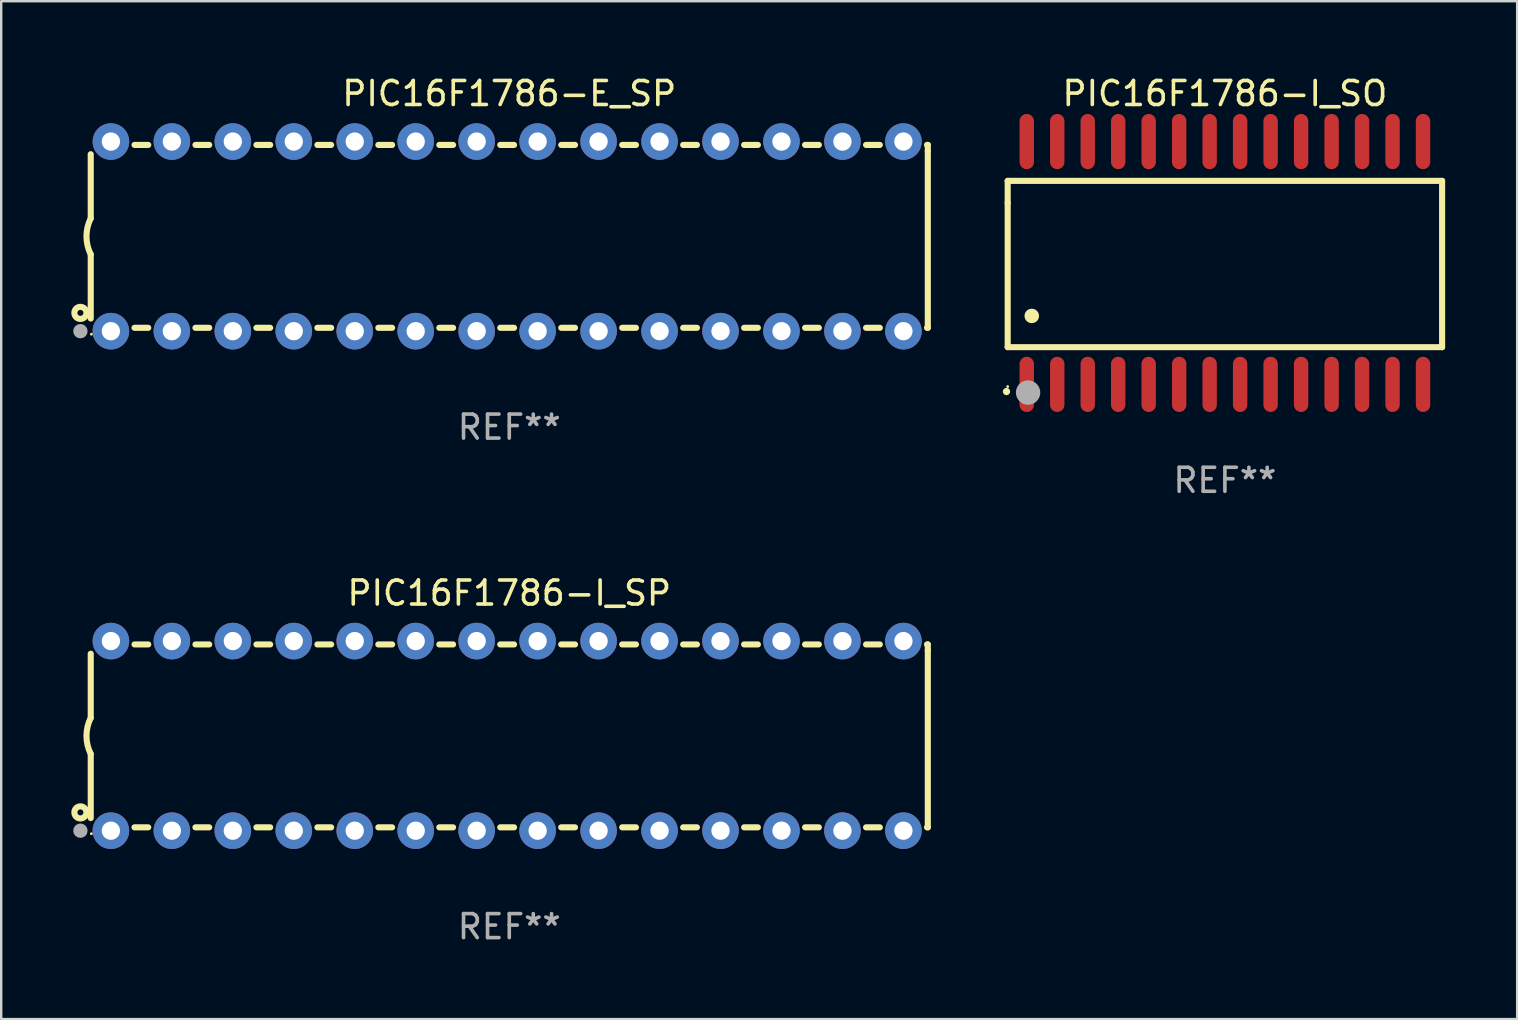
<source format=kicad_pcb>
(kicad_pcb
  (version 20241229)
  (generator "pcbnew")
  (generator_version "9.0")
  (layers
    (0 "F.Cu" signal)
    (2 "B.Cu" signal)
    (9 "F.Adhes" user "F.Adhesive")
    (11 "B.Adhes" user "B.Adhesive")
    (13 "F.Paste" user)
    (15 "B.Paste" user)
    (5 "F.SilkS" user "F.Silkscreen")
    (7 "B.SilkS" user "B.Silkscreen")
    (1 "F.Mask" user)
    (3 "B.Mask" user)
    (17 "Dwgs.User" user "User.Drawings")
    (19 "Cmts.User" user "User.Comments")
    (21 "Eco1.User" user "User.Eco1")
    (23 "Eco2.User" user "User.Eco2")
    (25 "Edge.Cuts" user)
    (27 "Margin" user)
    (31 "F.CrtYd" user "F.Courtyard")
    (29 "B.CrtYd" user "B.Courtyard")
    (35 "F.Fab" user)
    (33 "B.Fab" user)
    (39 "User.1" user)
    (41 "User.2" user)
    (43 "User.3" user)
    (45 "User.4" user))
  (footprint "PIC16F1786-I_SO"
    (layer "F.Cu")
    (at 47.984 7.906)
    (property "Reference" "PIC16F1786-I_SO" (at 0 -7.058 0) (layer "F.SilkS") (effects (font (size 1 1) (thickness 0.15))))
    (attr through_hole)
    (fp_line (start -9.05 -3.42) (end 9.05 -3.42) (stroke (width 0.254) (type solid)) (layer "F.SilkS"))
    (fp_line (start -9.05 -2.492) (end -9.05 -3.42) (stroke (width 0.254) (type solid)) (layer "F.SilkS"))
    (fp_line (start -9.05 3.508) (end -9.05 -2.492) (stroke (width 0.254) (type solid)) (layer "F.SilkS"))
    (fp_line (start 9.05 -3.42) (end 9.05 3.508) (stroke (width 0.254) (type solid)) (layer "F.SilkS"))
    (fp_line (start 9.05 3.508) (end -9.05 3.508) (stroke (width 0.254) (type solid)) (layer "F.SilkS"))
    (fp_arc (start -9.100838 5.35649) (mid -9.099568 5.356485) (end -9.098298 5.35649) (stroke (width 0.3) (type solid)) (layer "F.SilkS"))
    (fp_arc (start -8.049276 2.206883) (mid -8.046736 2.206872) (end -8.044196 2.206883) (stroke (width 0.6) (type solid)) (layer "F.SilkS"))
    (fp_circle (center -9.05 5.15) (end -9.02 5.15) (stroke (width 0.06) (type solid)) (fill no) (layer "F.SilkS"))
    (fp_circle (center -8.2 5.4) (end -7.946 5.4) (stroke (width 0.508) (type solid)) (fill no) (layer "F.Fab"))
    (fp_text user "REF**" (at 0 9.058 0) (layer "F.Fab") (effects (font (size 1 1) (thickness 0.15))))
    (pad "1" smd oval (at -8.255 5.058 180) (size 0.6 2.3) (layers "F.Cu" "F.Mask" "F.Paste"))
    (pad "2" smd oval (at -6.985 5.058 180) (size 0.6 2.3) (layers "F.Cu" "F.Mask" "F.Paste"))
    (pad "3" smd oval (at -5.715 5.058 180) (size 0.6 2.3) (layers "F.Cu" "F.Mask" "F.Paste"))
    (pad "4" smd oval (at -4.445 5.058 180) (size 0.6 2.3) (layers "F.Cu" "F.Mask" "F.Paste"))
    (pad "5" smd oval (at -3.175 5.058 180) (size 0.6 2.3) (layers "F.Cu" "F.Mask" "F.Paste"))
    (pad "6" smd oval (at -1.905 5.058 180) (size 0.6 2.3) (layers "F.Cu" "F.Mask" "F.Paste"))
    (pad "7" smd oval (at -0.635 5.058 180) (size 0.6 2.3) (layers "F.Cu" "F.Mask" "F.Paste"))
    (pad "8" smd oval (at 0.635 5.058 180) (size 0.6 2.3) (layers "F.Cu" "F.Mask" "F.Paste"))
    (pad "9" smd oval (at 1.905 5.058 180) (size 0.6 2.3) (layers "F.Cu" "F.Mask" "F.Paste"))
    (pad "10" smd oval (at 3.175 5.058 180) (size 0.6 2.3) (layers "F.Cu" "F.Mask" "F.Paste"))
    (pad "11" smd oval (at 4.445 5.058 180) (size 0.6 2.3) (layers "F.Cu" "F.Mask" "F.Paste"))
    (pad "12" smd oval (at 5.715 5.058 180) (size 0.6 2.3) (layers "F.Cu" "F.Mask" "F.Paste"))
    (pad "13" smd oval (at 6.985 5.058 180) (size 0.6 2.3) (layers "F.Cu" "F.Mask" "F.Paste"))
    (pad "14" smd oval (at 8.255 5.058 180) (size 0.6 2.3) (layers "F.Cu" "F.Mask" "F.Paste"))
    (pad "15" smd oval (at 8.255 -5.058 180) (size 0.6 2.3) (layers "F.Cu" "F.Mask" "F.Paste"))
    (pad "16" smd oval (at 6.985 -5.058 180) (size 0.6 2.3) (layers "F.Cu" "F.Mask" "F.Paste"))
    (pad "17" smd oval (at 5.715 -5.058 180) (size 0.6 2.3) (layers "F.Cu" "F.Mask" "F.Paste"))
    (pad "18" smd oval (at 4.445 -5.058 180) (size 0.6 2.3) (layers "F.Cu" "F.Mask" "F.Paste"))
    (pad "19" smd oval (at 3.175 -5.058 180) (size 0.6 2.3) (layers "F.Cu" "F.Mask" "F.Paste"))
    (pad "20" smd oval (at 1.905 -5.058 180) (size 0.6 2.3) (layers "F.Cu" "F.Mask" "F.Paste"))
    (pad "21" smd oval (at 0.635 -5.058 180) (size 0.6 2.3) (layers "F.Cu" "F.Mask" "F.Paste"))
    (pad "22" smd oval (at -0.635 -5.058 180) (size 0.6 2.3) (layers "F.Cu" "F.Mask" "F.Paste"))
    (pad "23" smd oval (at -1.905 -5.058 180) (size 0.6 2.3) (layers "F.Cu" "F.Mask" "F.Paste"))
    (pad "24" smd oval (at -3.175 -5.058 180) (size 0.6 2.3) (layers "F.Cu" "F.Mask" "F.Paste"))
    (pad "25" smd oval (at -4.445 -5.058 180) (size 0.6 2.3) (layers "F.Cu" "F.Mask" "F.Paste"))
    (pad "26" smd oval (at -5.715 -5.058 180) (size 0.6 2.3) (layers "F.Cu" "F.Mask" "F.Paste"))
    (pad "27" smd oval (at -6.985 -5.058 180) (size 0.6 2.3) (layers "F.Cu" "F.Mask" "F.Paste"))
    (pad "28" smd oval (at -8.255 -5.058 180) (size 0.6 2.3) (layers "F.Cu" "F.Mask" "F.Paste")))
  (footprint "PIC16F1786-E_SP"
    (layer "F.Cu")
    (at 18.168 6.798)
    (property "Reference" "PIC16F1786-E_SP" (at 0 -5.95 0) (layer "F.SilkS") (effects (font (size 1 1) (thickness 0.15))))
    (attr through_hole)
    (fp_line (start -17.438 0.75) (end -17.438 3.423) (stroke (width 0.254) (type solid)) (layer "F.SilkS"))
    (fp_line (start -17.438 -3.423) (end -17.438 -0.75) (stroke (width 0.254) (type solid)) (layer "F.SilkS"))
    (fp_line (start -15.615 3.81) (end -15.041 3.81) (stroke (width 0.254) (type solid)) (layer "F.SilkS"))
    (fp_line (start -15.041 -3.81) (end -15.614 -3.81) (stroke (width 0.254) (type solid)) (layer "F.SilkS"))
    (fp_line (start -13.075 3.81) (end -12.501 3.81) (stroke (width 0.254) (type solid)) (layer "F.SilkS"))
    (fp_line (start -12.501 -3.81) (end -13.074 -3.81) (stroke (width 0.254) (type solid)) (layer "F.SilkS"))
    (fp_line (start -10.535 3.81) (end -9.961 3.81) (stroke (width 0.254) (type solid)) (layer "F.SilkS"))
    (fp_line (start -9.961 -3.81) (end -10.534 -3.81) (stroke (width 0.254) (type solid)) (layer "F.SilkS"))
    (fp_line (start -7.995 3.81) (end -7.421 3.81) (stroke (width 0.254) (type solid)) (layer "F.SilkS"))
    (fp_line (start -7.421 -3.81) (end -7.995 -3.81) (stroke (width 0.254) (type solid)) (layer "F.SilkS"))
    (fp_line (start -5.455 3.81) (end -4.881 3.81) (stroke (width 0.254) (type solid)) (layer "F.SilkS"))
    (fp_line (start -4.881 -3.81) (end -5.455 -3.81) (stroke (width 0.254) (type solid)) (layer "F.SilkS"))
    (fp_line (start -2.915 3.81) (end -2.341 3.81) (stroke (width 0.254) (type solid)) (layer "F.SilkS"))
    (fp_line (start -2.341 -3.81) (end -2.915 -3.81) (stroke (width 0.254) (type solid)) (layer "F.SilkS"))
    (fp_line (start -0.375 3.81) (end 0.199 3.81) (stroke (width 0.254) (type solid)) (layer "F.SilkS"))
    (fp_line (start 0.199 -3.81) (end -0.375 -3.81) (stroke (width 0.254) (type solid)) (layer "F.SilkS"))
    (fp_line (start 2.165 3.81) (end 2.739 3.81) (stroke (width 0.254) (type solid)) (layer "F.SilkS"))
    (fp_line (start 2.739 -3.81) (end 2.165 -3.81) (stroke (width 0.254) (type solid)) (layer "F.SilkS"))
    (fp_line (start 4.705 3.81) (end 5.279 3.81) (stroke (width 0.254) (type solid)) (layer "F.SilkS"))
    (fp_line (start 5.279 -3.81) (end 4.705 -3.81) (stroke (width 0.254) (type solid)) (layer "F.SilkS"))
    (fp_line (start 7.245 3.81) (end 7.819 3.81) (stroke (width 0.254) (type solid)) (layer "F.SilkS"))
    (fp_line (start 7.819 -3.81) (end 7.245 -3.81) (stroke (width 0.254) (type solid)) (layer "F.SilkS"))
    (fp_line (start 9.785 3.81) (end 10.359 3.81) (stroke (width 0.254) (type solid)) (layer "F.SilkS"))
    (fp_line (start 10.359 -3.81) (end 9.785 -3.81) (stroke (width 0.254) (type solid)) (layer "F.SilkS"))
    (fp_line (start 12.325 3.81) (end 12.899 3.81) (stroke (width 0.254) (type solid)) (layer "F.SilkS"))
    (fp_line (start 12.899 -3.81) (end 12.325 -3.81) (stroke (width 0.254) (type solid)) (layer "F.SilkS"))
    (fp_line (start 14.865 3.81) (end 15.439 3.81) (stroke (width 0.254) (type solid)) (layer "F.SilkS"))
    (fp_line (start 15.439 -3.81) (end 14.865 -3.81) (stroke (width 0.254) (type solid)) (layer "F.SilkS"))
    (fp_line (start 17.405 3.81) (end 17.438 3.81) (stroke (width 0.254) (type solid)) (layer "F.SilkS"))
    (fp_line (start 17.438 -3.81) (end 17.405 -3.81) (stroke (width 0.254) (type solid)) (layer "F.SilkS"))
    (fp_line (start 17.438 -3.556) (end 17.438 -3.81) (stroke (width 0.254) (type solid)) (layer "F.SilkS"))
    (fp_line (start 17.438 3.81) (end 17.438 -3.556) (stroke (width 0.254) (type solid)) (layer "F.SilkS"))
    (fp_arc (start -17.437986 0.749657) (mid -17.614887 -0.000024) (end -17.437783 -0.749657) (stroke (width 0.254001) (type solid)) (layer "F.SilkS"))
    (fp_circle (center -17.868 3.188) (end -17.743 3.188) (stroke (width 0.254) (type solid)) (fill no) (layer "F.SilkS"))
    (fp_circle (center -17.411 4.077) (end -17.381 4.077) (stroke (width 0.06) (type solid)) (fill no) (layer "F.SilkS"))
    (fp_circle (center -17.868 3.95) (end -17.718 3.95) (stroke (width 0.3) (type solid)) (fill no) (layer "F.Fab"))
    (fp_text user "REF**" (at 0 7.95 0) (layer "F.Fab") (effects (font (size 1 1) (thickness 0.15))))
    (pad "1" thru_hole circle (at -16.598 3.95) (size 1.524 1.524) (drill 0.762) (layers "*.Cu" "*.Mask"))
    (pad "2" thru_hole circle (at -14.058 3.95) (size 1.524 1.524) (drill 0.762) (layers "*.Cu" "*.Mask"))
    (pad "3" thru_hole circle (at -11.518 3.95) (size 1.524 1.524) (drill 0.762) (layers "*.Cu" "*.Mask"))
    (pad "4" thru_hole circle (at -8.978 3.95) (size 1.524 1.524) (drill 0.762) (layers "*.Cu" "*.Mask"))
    (pad "5" thru_hole circle (at -6.438 3.95) (size 1.524 1.524) (drill 0.762) (layers "*.Cu" "*.Mask"))
    (pad "6" thru_hole circle (at -3.898 3.95) (size 1.524 1.524) (drill 0.762) (layers "*.Cu" "*.Mask"))
    (pad "7" thru_hole circle (at -1.358 3.95) (size 1.524 1.524) (drill 0.762) (layers "*.Cu" "*.Mask"))
    (pad "8" thru_hole circle (at 1.182 3.95) (size 1.524 1.524) (drill 0.762) (layers "*.Cu" "*.Mask"))
    (pad "9" thru_hole circle (at 3.722 3.95) (size 1.524 1.524) (drill 0.762) (layers "*.Cu" "*.Mask"))
    (pad "10" thru_hole circle (at 6.262 3.95) (size 1.524 1.524) (drill 0.762) (layers "*.Cu" "*.Mask"))
    (pad "11" thru_hole circle (at 8.802 3.95) (size 1.524 1.524) (drill 0.762) (layers "*.Cu" "*.Mask"))
    (pad "12" thru_hole circle (at 11.342 3.95) (size 1.524 1.524) (drill 0.762) (layers "*.Cu" "*.Mask"))
    (pad "13" thru_hole circle (at 13.882 3.95) (size 1.524 1.524) (drill 0.762) (layers "*.Cu" "*.Mask"))
    (pad "14" thru_hole circle (at 16.422 3.95) (size 1.524 1.524) (drill 0.762) (layers "*.Cu" "*.Mask"))
    (pad "15" thru_hole circle (at 16.422 -3.95) (size 1.524 1.524) (drill 0.762) (layers "*.Cu" "*.Mask"))
    (pad "16" thru_hole circle (at 13.882 -3.95) (size 1.524 1.524) (drill 0.762) (layers "*.Cu" "*.Mask"))
    (pad "17" thru_hole circle (at 11.342 -3.95) (size 1.524 1.524) (drill 0.762) (layers "*.Cu" "*.Mask"))
    (pad "18" thru_hole circle (at 8.802 -3.95) (size 1.524 1.524) (drill 0.762) (layers "*.Cu" "*.Mask"))
    (pad "19" thru_hole circle (at 6.262 -3.95) (size 1.524 1.524) (drill 0.762) (layers "*.Cu" "*.Mask"))
    (pad "20" thru_hole circle (at 3.722 -3.95) (size 1.524 1.524) (drill 0.762) (layers "*.Cu" "*.Mask"))
    (pad "21" thru_hole circle (at 1.182 -3.95) (size 1.524 1.524) (drill 0.762) (layers "*.Cu" "*.Mask"))
    (pad "22" thru_hole circle (at -1.358 -3.95) (size 1.524 1.524) (drill 0.762) (layers "*.Cu" "*.Mask"))
    (pad "23" thru_hole circle (at -3.898 -3.95) (size 1.524 1.524) (drill 0.762) (layers "*.Cu" "*.Mask"))
    (pad "24" thru_hole circle (at -6.438 -3.95) (size 1.524 1.524) (drill 0.762) (layers "*.Cu" "*.Mask"))
    (pad "25" thru_hole circle (at -8.978 -3.95) (size 1.524 1.524) (drill 0.762) (layers "*.Cu" "*.Mask"))
    (pad "26" thru_hole circle (at -11.517 -3.95) (size 1.524 1.524) (drill 0.762) (layers "*.Cu" "*.Mask"))
    (pad "27" thru_hole circle (at -14.057 -3.95) (size 1.524 1.524) (drill 0.762) (layers "*.Cu" "*.Mask"))
    (pad "28" thru_hole circle (at -16.597 -3.95) (size 1.524 1.524) (drill 0.762) (layers "*.Cu" "*.Mask")))
  (footprint "PIC16F1786-I_SP"
    (layer "F.Cu")
    (at 18.168 27.61)
    (property "Reference" "PIC16F1786-I_SP" (at 0 -5.95 0) (layer "F.SilkS") (effects (font (size 1 1) (thickness 0.15))))
    (attr through_hole)
    (fp_line (start -17.438 0.75) (end -17.438 3.423) (stroke (width 0.254) (type solid)) (layer "F.SilkS"))
    (fp_line (start -17.438 -3.423) (end -17.438 -0.75) (stroke (width 0.254) (type solid)) (layer "F.SilkS"))
    (fp_line (start -15.615 3.81) (end -15.041 3.81) (stroke (width 0.254) (type solid)) (layer "F.SilkS"))
    (fp_line (start -15.041 -3.81) (end -15.614 -3.81) (stroke (width 0.254) (type solid)) (layer "F.SilkS"))
    (fp_line (start -13.075 3.81) (end -12.501 3.81) (stroke (width 0.254) (type solid)) (layer "F.SilkS"))
    (fp_line (start -12.501 -3.81) (end -13.074 -3.81) (stroke (width 0.254) (type solid)) (layer "F.SilkS"))
    (fp_line (start -10.535 3.81) (end -9.961 3.81) (stroke (width 0.254) (type solid)) (layer "F.SilkS"))
    (fp_line (start -9.961 -3.81) (end -10.534 -3.81) (stroke (width 0.254) (type solid)) (layer "F.SilkS"))
    (fp_line (start -7.995 3.81) (end -7.421 3.81) (stroke (width 0.254) (type solid)) (layer "F.SilkS"))
    (fp_line (start -7.421 -3.81) (end -7.995 -3.81) (stroke (width 0.254) (type solid)) (layer "F.SilkS"))
    (fp_line (start -5.455 3.81) (end -4.881 3.81) (stroke (width 0.254) (type solid)) (layer "F.SilkS"))
    (fp_line (start -4.881 -3.81) (end -5.455 -3.81) (stroke (width 0.254) (type solid)) (layer "F.SilkS"))
    (fp_line (start -2.915 3.81) (end -2.341 3.81) (stroke (width 0.254) (type solid)) (layer "F.SilkS"))
    (fp_line (start -2.341 -3.81) (end -2.915 -3.81) (stroke (width 0.254) (type solid)) (layer "F.SilkS"))
    (fp_line (start -0.375 3.81) (end 0.199 3.81) (stroke (width 0.254) (type solid)) (layer "F.SilkS"))
    (fp_line (start 0.199 -3.81) (end -0.375 -3.81) (stroke (width 0.254) (type solid)) (layer "F.SilkS"))
    (fp_line (start 2.165 3.81) (end 2.739 3.81) (stroke (width 0.254) (type solid)) (layer "F.SilkS"))
    (fp_line (start 2.739 -3.81) (end 2.165 -3.81) (stroke (width 0.254) (type solid)) (layer "F.SilkS"))
    (fp_line (start 4.705 3.81) (end 5.279 3.81) (stroke (width 0.254) (type solid)) (layer "F.SilkS"))
    (fp_line (start 5.279 -3.81) (end 4.705 -3.81) (stroke (width 0.254) (type solid)) (layer "F.SilkS"))
    (fp_line (start 7.245 3.81) (end 7.819 3.81) (stroke (width 0.254) (type solid)) (layer "F.SilkS"))
    (fp_line (start 7.819 -3.81) (end 7.245 -3.81) (stroke (width 0.254) (type solid)) (layer "F.SilkS"))
    (fp_line (start 9.785 3.81) (end 10.359 3.81) (stroke (width 0.254) (type solid)) (layer "F.SilkS"))
    (fp_line (start 10.359 -3.81) (end 9.785 -3.81) (stroke (width 0.254) (type solid)) (layer "F.SilkS"))
    (fp_line (start 12.325 3.81) (end 12.899 3.81) (stroke (width 0.254) (type solid)) (layer "F.SilkS"))
    (fp_line (start 12.899 -3.81) (end 12.325 -3.81) (stroke (width 0.254) (type solid)) (layer "F.SilkS"))
    (fp_line (start 14.865 3.81) (end 15.439 3.81) (stroke (width 0.254) (type solid)) (layer "F.SilkS"))
    (fp_line (start 15.439 -3.81) (end 14.865 -3.81) (stroke (width 0.254) (type solid)) (layer "F.SilkS"))
    (fp_line (start 17.405 3.81) (end 17.438 3.81) (stroke (width 0.254) (type solid)) (layer "F.SilkS"))
    (fp_line (start 17.438 -3.81) (end 17.405 -3.81) (stroke (width 0.254) (type solid)) (layer "F.SilkS"))
    (fp_line (start 17.438 -3.556) (end 17.438 -3.81) (stroke (width 0.254) (type solid)) (layer "F.SilkS"))
    (fp_line (start 17.438 3.81) (end 17.438 -3.556) (stroke (width 0.254) (type solid)) (layer "F.SilkS"))
    (fp_arc (start -17.437986 0.749657) (mid -17.614887 -0.000024) (end -17.437783 -0.749657) (stroke (width 0.254001) (type solid)) (layer "F.SilkS"))
    (fp_circle (center -17.868 3.188) (end -17.743 3.188) (stroke (width 0.254) (type solid)) (fill no) (layer "F.SilkS"))
    (fp_circle (center -17.411 4.077) (end -17.381 4.077) (stroke (width 0.06) (type solid)) (fill no) (layer "F.SilkS"))
    (fp_circle (center -17.868 3.95) (end -17.718 3.95) (stroke (width 0.3) (type solid)) (fill no) (layer "F.Fab"))
    (fp_text user "REF**" (at 0 7.95 0) (layer "F.Fab") (effects (font (size 1 1) (thickness 0.15))))
    (pad "1" thru_hole circle (at -16.598 3.95) (size 1.524 1.524) (drill 0.762) (layers "*.Cu" "*.Mask"))
    (pad "2" thru_hole circle (at -14.058 3.95) (size 1.524 1.524) (drill 0.762) (layers "*.Cu" "*.Mask"))
    (pad "3" thru_hole circle (at -11.518 3.95) (size 1.524 1.524) (drill 0.762) (layers "*.Cu" "*.Mask"))
    (pad "4" thru_hole circle (at -8.978 3.95) (size 1.524 1.524) (drill 0.762) (layers "*.Cu" "*.Mask"))
    (pad "5" thru_hole circle (at -6.438 3.95) (size 1.524 1.524) (drill 0.762) (layers "*.Cu" "*.Mask"))
    (pad "6" thru_hole circle (at -3.898 3.95) (size 1.524 1.524) (drill 0.762) (layers "*.Cu" "*.Mask"))
    (pad "7" thru_hole circle (at -1.358 3.95) (size 1.524 1.524) (drill 0.762) (layers "*.Cu" "*.Mask"))
    (pad "8" thru_hole circle (at 1.182 3.95) (size 1.524 1.524) (drill 0.762) (layers "*.Cu" "*.Mask"))
    (pad "9" thru_hole circle (at 3.722 3.95) (size 1.524 1.524) (drill 0.762) (layers "*.Cu" "*.Mask"))
    (pad "10" thru_hole circle (at 6.262 3.95) (size 1.524 1.524) (drill 0.762) (layers "*.Cu" "*.Mask"))
    (pad "11" thru_hole circle (at 8.802 3.95) (size 1.524 1.524) (drill 0.762) (layers "*.Cu" "*.Mask"))
    (pad "12" thru_hole circle (at 11.342 3.95) (size 1.524 1.524) (drill 0.762) (layers "*.Cu" "*.Mask"))
    (pad "13" thru_hole circle (at 13.882 3.95) (size 1.524 1.524) (drill 0.762) (layers "*.Cu" "*.Mask"))
    (pad "14" thru_hole circle (at 16.422 3.95) (size 1.524 1.524) (drill 0.762) (layers "*.Cu" "*.Mask"))
    (pad "15" thru_hole circle (at 16.422 -3.95) (size 1.524 1.524) (drill 0.762) (layers "*.Cu" "*.Mask"))
    (pad "16" thru_hole circle (at 13.882 -3.95) (size 1.524 1.524) (drill 0.762) (layers "*.Cu" "*.Mask"))
    (pad "17" thru_hole circle (at 11.342 -3.95) (size 1.524 1.524) (drill 0.762) (layers "*.Cu" "*.Mask"))
    (pad "18" thru_hole circle (at 8.802 -3.95) (size 1.524 1.524) (drill 0.762) (layers "*.Cu" "*.Mask"))
    (pad "19" thru_hole circle (at 6.262 -3.95) (size 1.524 1.524) (drill 0.762) (layers "*.Cu" "*.Mask"))
    (pad "20" thru_hole circle (at 3.722 -3.95) (size 1.524 1.524) (drill 0.762) (layers "*.Cu" "*.Mask"))
    (pad "21" thru_hole circle (at 1.182 -3.95) (size 1.524 1.524) (drill 0.762) (layers "*.Cu" "*.Mask"))
    (pad "22" thru_hole circle (at -1.358 -3.95) (size 1.524 1.524) (drill 0.762) (layers "*.Cu" "*.Mask"))
    (pad "23" thru_hole circle (at -3.898 -3.95) (size 1.524 1.524) (drill 0.762) (layers "*.Cu" "*.Mask"))
    (pad "24" thru_hole circle (at -6.438 -3.95) (size 1.524 1.524) (drill 0.762) (layers "*.Cu" "*.Mask"))
    (pad "25" thru_hole circle (at -8.978 -3.95) (size 1.524 1.524) (drill 0.762) (layers "*.Cu" "*.Mask"))
    (pad "26" thru_hole circle (at -11.517 -3.95) (size 1.524 1.524) (drill 0.762) (layers "*.Cu" "*.Mask"))
    (pad "27" thru_hole circle (at -14.057 -3.95) (size 1.524 1.524) (drill 0.762) (layers "*.Cu" "*.Mask"))
    (pad "28" thru_hole circle (at -16.597 -3.95) (size 1.524 1.524) (drill 0.762) (layers "*.Cu" "*.Mask")))
  (gr_rect
    (start -3 -3)
    (end 60.161 39.408)
    (stroke (width 0.1) (type default))
    (fill no)
    (layer "Edge.Cuts")))
</source>
